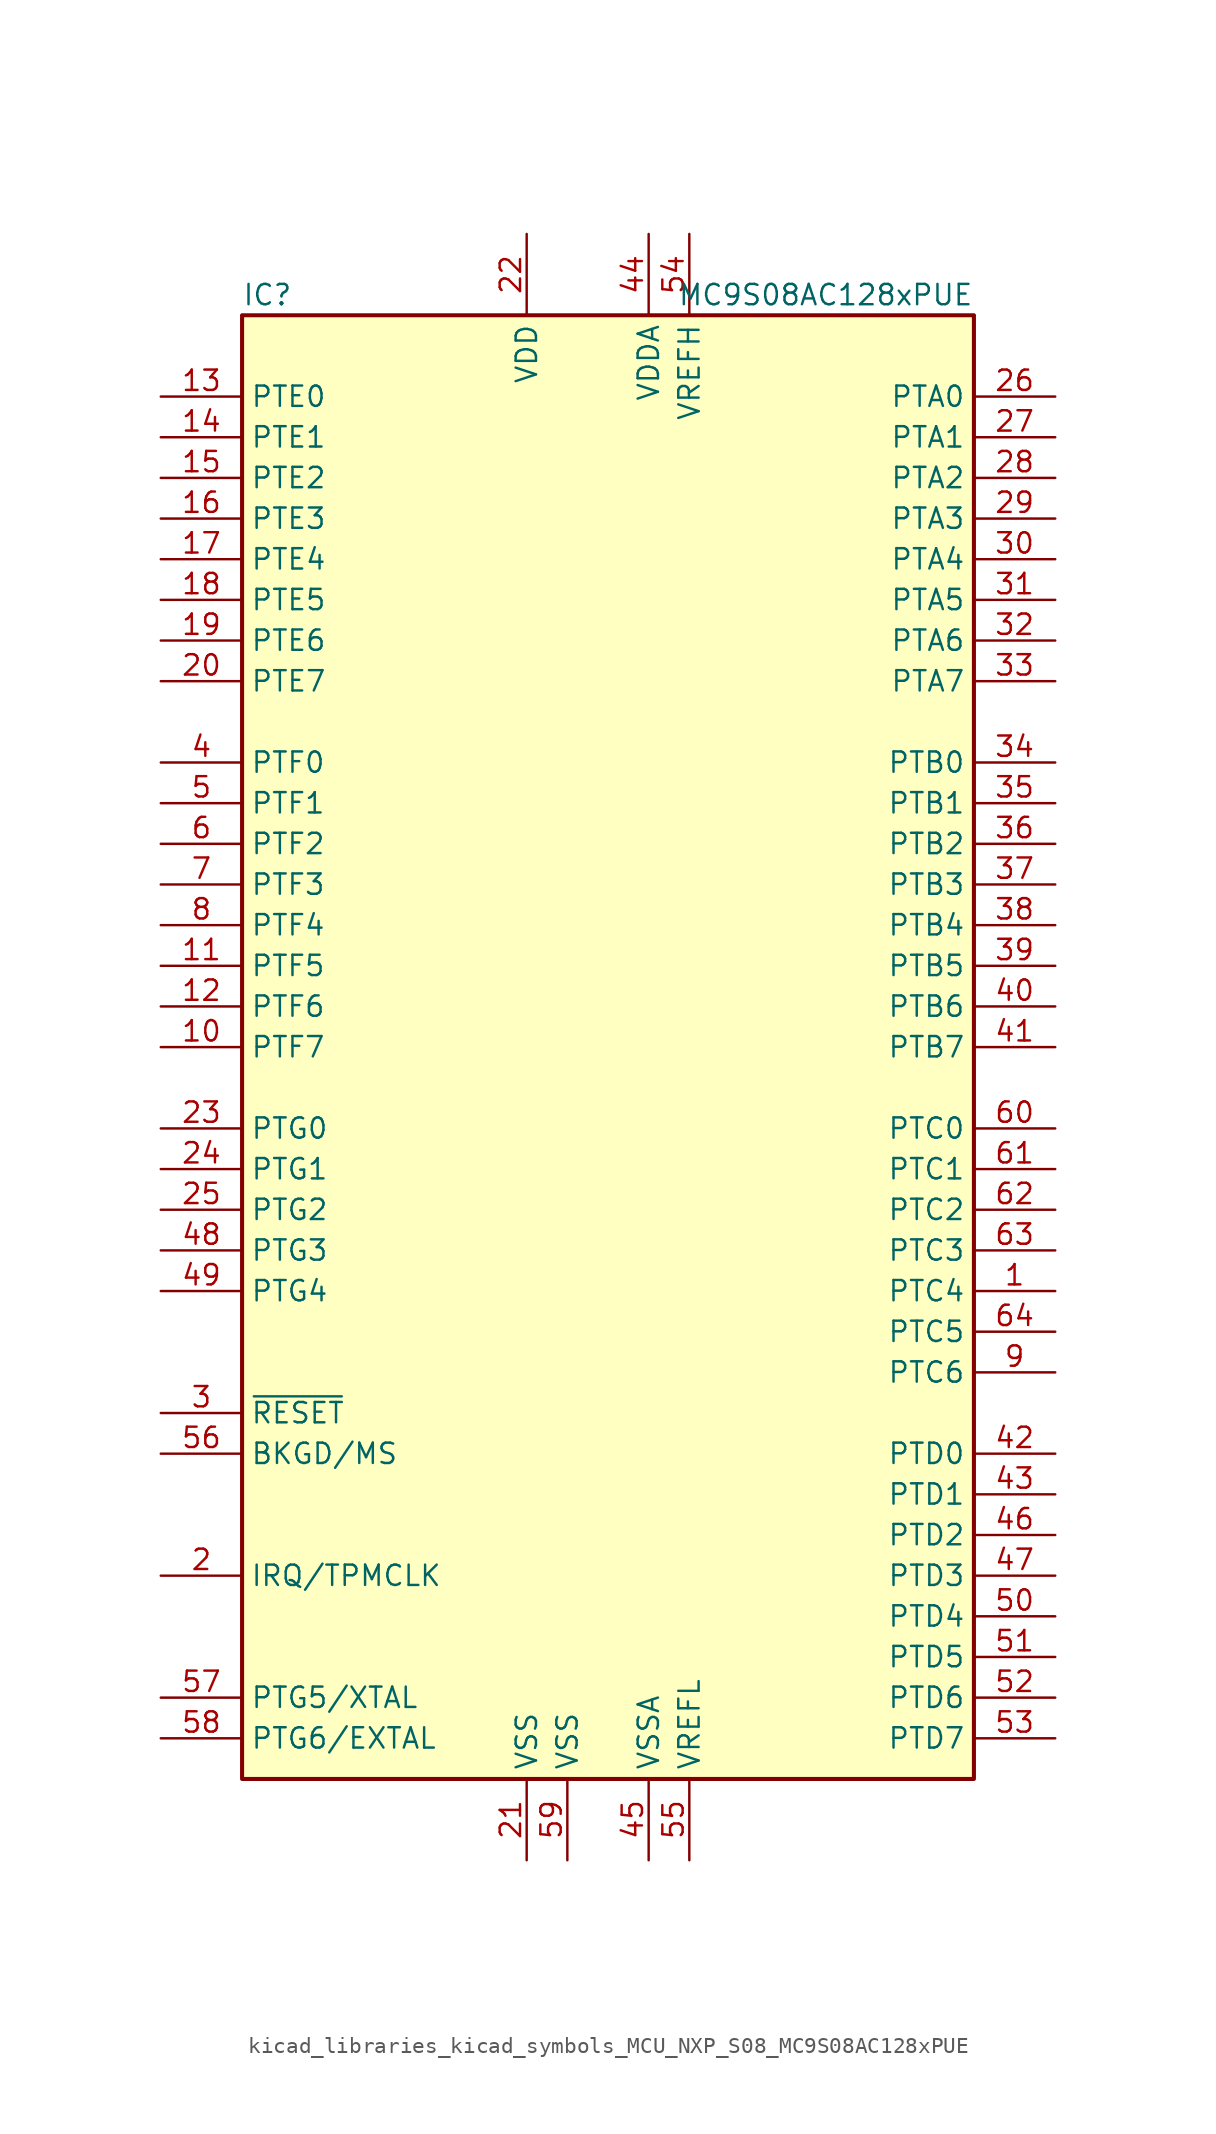
<source format=kicad_sym>
(kicad_symbol_lib
  (version 20220914)
  (generator kicad_symbol_editor)
  (symbol "kicad_libraries_kicad_symbols_MCU_NXP_S08_MC9S08AC128xPUE"
    (property "Reference" "IC"
      (at -22.86 46.99 0)
      (effects (font (size 1.27 1.27)) (justify left)))
    (property "Value" "MC9S08AC128xPUE"
      (at 22.86 46.99 0)
      (effects (font (size 1.27 1.27)) (justify right)))
    (symbol "kicad_libraries_kicad_symbols_MCU_NXP_S08_MC9S08AC128xPUE_0_1"
      (rectangle (start -22.86 45.72) (end 22.86 -45.72) (stroke (width 0.254) (type default)) (fill (type background))))
    (symbol "kicad_libraries_kicad_symbols_MCU_NXP_S08_MC9S08AC128xPUE_1_1"
      (pin bidirectional line (at 27.94 -15.24 180) (length 5.08) (name "PTC4" (effects (font (size 1.27 1.27)))) (number "1" (effects (font (size 1.27 1.27)))))
      (pin bidirectional line (at -27.94 0 0) (length 5.08) (name "PTF7" (effects (font (size 1.27 1.27)))) (number "10" (effects (font (size 1.27 1.27)))))
      (pin bidirectional line (at -27.94 5.08 0) (length 5.08) (name "PTF5" (effects (font (size 1.27 1.27)))) (number "11" (effects (font (size 1.27 1.27)))))
      (pin bidirectional line (at -27.94 2.54 0) (length 5.08) (name "PTF6" (effects (font (size 1.27 1.27)))) (number "12" (effects (font (size 1.27 1.27)))))
      (pin bidirectional line (at -27.94 40.64 0) (length 5.08) (name "PTE0" (effects (font (size 1.27 1.27)))) (number "13" (effects (font (size 1.27 1.27)))))
      (pin bidirectional line (at -27.94 38.1 0) (length 5.08) (name "PTE1" (effects (font (size 1.27 1.27)))) (number "14" (effects (font (size 1.27 1.27)))))
      (pin bidirectional line (at -27.94 35.56 0) (length 5.08) (name "PTE2" (effects (font (size 1.27 1.27)))) (number "15" (effects (font (size 1.27 1.27)))))
      (pin bidirectional line (at -27.94 33.02 0) (length 5.08) (name "PTE3" (effects (font (size 1.27 1.27)))) (number "16" (effects (font (size 1.27 1.27)))))
      (pin bidirectional line (at -27.94 30.48 0) (length 5.08) (name "PTE4" (effects (font (size 1.27 1.27)))) (number "17" (effects (font (size 1.27 1.27)))))
      (pin bidirectional line (at -27.94 27.94 0) (length 5.08) (name "PTE5" (effects (font (size 1.27 1.27)))) (number "18" (effects (font (size 1.27 1.27)))))
      (pin bidirectional line (at -27.94 25.4 0) (length 5.08) (name "PTE6" (effects (font (size 1.27 1.27)))) (number "19" (effects (font (size 1.27 1.27)))))
      (pin input line (at -27.94 -33.02 0) (length 5.08) (name "IRQ/TPMCLK" (effects (font (size 1.27 1.27)))) (number "2" (effects (font (size 1.27 1.27)))))
      (pin bidirectional line (at -27.94 22.86 0) (length 5.08) (name "PTE7" (effects (font (size 1.27 1.27)))) (number "20" (effects (font (size 1.27 1.27)))))
      (pin power_in line (at -5.08 -50.8 90) (length 5.08) (name "VSS" (effects (font (size 1.27 1.27)))) (number "21" (effects (font (size 1.27 1.27)))))
      (pin power_in line (at -5.08 50.8 270) (length 5.08) (name "VDD" (effects (font (size 1.27 1.27)))) (number "22" (effects (font (size 1.27 1.27)))))
      (pin bidirectional line (at -27.94 -5.08 0) (length 5.08) (name "PTG0" (effects (font (size 1.27 1.27)))) (number "23" (effects (font (size 1.27 1.27)))))
      (pin bidirectional line (at -27.94 -7.62 0) (length 5.08) (name "PTG1" (effects (font (size 1.27 1.27)))) (number "24" (effects (font (size 1.27 1.27)))))
      (pin bidirectional line (at -27.94 -10.16 0) (length 5.08) (name "PTG2" (effects (font (size 1.27 1.27)))) (number "25" (effects (font (size 1.27 1.27)))))
      (pin bidirectional line (at 27.94 40.64 180) (length 5.08) (name "PTA0" (effects (font (size 1.27 1.27)))) (number "26" (effects (font (size 1.27 1.27)))))
      (pin bidirectional line (at 27.94 38.1 180) (length 5.08) (name "PTA1" (effects (font (size 1.27 1.27)))) (number "27" (effects (font (size 1.27 1.27)))))
      (pin bidirectional line (at 27.94 35.56 180) (length 5.08) (name "PTA2" (effects (font (size 1.27 1.27)))) (number "28" (effects (font (size 1.27 1.27)))))
      (pin bidirectional line (at 27.94 33.02 180) (length 5.08) (name "PTA3" (effects (font (size 1.27 1.27)))) (number "29" (effects (font (size 1.27 1.27)))))
      (pin input line (at -27.94 -22.86 0) (length 5.08) (name "~{RESET}" (effects (font (size 1.27 1.27)))) (number "3" (effects (font (size 1.27 1.27)))))
      (pin bidirectional line (at 27.94 30.48 180) (length 5.08) (name "PTA4" (effects (font (size 1.27 1.27)))) (number "30" (effects (font (size 1.27 1.27)))))
      (pin bidirectional line (at 27.94 27.94 180) (length 5.08) (name "PTA5" (effects (font (size 1.27 1.27)))) (number "31" (effects (font (size 1.27 1.27)))))
      (pin bidirectional line (at 27.94 25.4 180) (length 5.08) (name "PTA6" (effects (font (size 1.27 1.27)))) (number "32" (effects (font (size 1.27 1.27)))))
      (pin bidirectional line (at 27.94 22.86 180) (length 5.08) (name "PTA7" (effects (font (size 1.27 1.27)))) (number "33" (effects (font (size 1.27 1.27)))))
      (pin bidirectional line (at 27.94 17.78 180) (length 5.08) (name "PTB0" (effects (font (size 1.27 1.27)))) (number "34" (effects (font (size 1.27 1.27)))))
      (pin bidirectional line (at 27.94 15.24 180) (length 5.08) (name "PTB1" (effects (font (size 1.27 1.27)))) (number "35" (effects (font (size 1.27 1.27)))))
      (pin bidirectional line (at 27.94 12.7 180) (length 5.08) (name "PTB2" (effects (font (size 1.27 1.27)))) (number "36" (effects (font (size 1.27 1.27)))))
      (pin bidirectional line (at 27.94 10.16 180) (length 5.08) (name "PTB3" (effects (font (size 1.27 1.27)))) (number "37" (effects (font (size 1.27 1.27)))))
      (pin bidirectional line (at 27.94 7.62 180) (length 5.08) (name "PTB4" (effects (font (size 1.27 1.27)))) (number "38" (effects (font (size 1.27 1.27)))))
      (pin bidirectional line (at 27.94 5.08 180) (length 5.08) (name "PTB5" (effects (font (size 1.27 1.27)))) (number "39" (effects (font (size 1.27 1.27)))))
      (pin bidirectional line (at -27.94 17.78 0) (length 5.08) (name "PTF0" (effects (font (size 1.27 1.27)))) (number "4" (effects (font (size 1.27 1.27)))))
      (pin bidirectional line (at 27.94 2.54 180) (length 5.08) (name "PTB6" (effects (font (size 1.27 1.27)))) (number "40" (effects (font (size 1.27 1.27)))))
      (pin bidirectional line (at 27.94 0 180) (length 5.08) (name "PTB7" (effects (font (size 1.27 1.27)))) (number "41" (effects (font (size 1.27 1.27)))))
      (pin bidirectional line (at 27.94 -25.4 180) (length 5.08) (name "PTD0" (effects (font (size 1.27 1.27)))) (number "42" (effects (font (size 1.27 1.27)))))
      (pin bidirectional line (at 27.94 -27.94 180) (length 5.08) (name "PTD1" (effects (font (size 1.27 1.27)))) (number "43" (effects (font (size 1.27 1.27)))))
      (pin power_in line (at 2.54 50.8 270) (length 5.08) (name "VDDA" (effects (font (size 1.27 1.27)))) (number "44" (effects (font (size 1.27 1.27)))))
      (pin power_in line (at 2.54 -50.8 90) (length 5.08) (name "VSSA" (effects (font (size 1.27 1.27)))) (number "45" (effects (font (size 1.27 1.27)))))
      (pin bidirectional line (at 27.94 -30.48 180) (length 5.08) (name "PTD2" (effects (font (size 1.27 1.27)))) (number "46" (effects (font (size 1.27 1.27)))))
      (pin bidirectional line (at 27.94 -33.02 180) (length 5.08) (name "PTD3" (effects (font (size 1.27 1.27)))) (number "47" (effects (font (size 1.27 1.27)))))
      (pin bidirectional line (at -27.94 -12.7 0) (length 5.08) (name "PTG3" (effects (font (size 1.27 1.27)))) (number "48" (effects (font (size 1.27 1.27)))))
      (pin bidirectional line (at -27.94 -15.24 0) (length 5.08) (name "PTG4" (effects (font (size 1.27 1.27)))) (number "49" (effects (font (size 1.27 1.27)))))
      (pin bidirectional line (at -27.94 15.24 0) (length 5.08) (name "PTF1" (effects (font (size 1.27 1.27)))) (number "5" (effects (font (size 1.27 1.27)))))
      (pin bidirectional line (at 27.94 -35.56 180) (length 5.08) (name "PTD4" (effects (font (size 1.27 1.27)))) (number "50" (effects (font (size 1.27 1.27)))))
      (pin bidirectional line (at 27.94 -38.1 180) (length 5.08) (name "PTD5" (effects (font (size 1.27 1.27)))) (number "51" (effects (font (size 1.27 1.27)))))
      (pin bidirectional line (at 27.94 -40.64 180) (length 5.08) (name "PTD6" (effects (font (size 1.27 1.27)))) (number "52" (effects (font (size 1.27 1.27)))))
      (pin bidirectional line (at 27.94 -43.18 180) (length 5.08) (name "PTD7" (effects (font (size 1.27 1.27)))) (number "53" (effects (font (size 1.27 1.27)))))
      (pin power_in line (at 5.08 50.8 270) (length 5.08) (name "VREFH" (effects (font (size 1.27 1.27)))) (number "54" (effects (font (size 1.27 1.27)))))
      (pin power_in line (at 5.08 -50.8 90) (length 5.08) (name "VREFL" (effects (font (size 1.27 1.27)))) (number "55" (effects (font (size 1.27 1.27)))))
      (pin bidirectional line (at -27.94 -25.4 0) (length 5.08) (name "BKGD/MS" (effects (font (size 1.27 1.27)))) (number "56" (effects (font (size 1.27 1.27)))))
      (pin bidirectional line (at -27.94 -40.64 0) (length 5.08) (name "PTG5/XTAL" (effects (font (size 1.27 1.27)))) (number "57" (effects (font (size 1.27 1.27)))))
      (pin bidirectional line (at -27.94 -43.18 0) (length 5.08) (name "PTG6/EXTAL" (effects (font (size 1.27 1.27)))) (number "58" (effects (font (size 1.27 1.27)))))
      (pin power_in line (at -2.54 -50.8 90) (length 5.08) (name "VSS" (effects (font (size 1.27 1.27)))) (number "59" (effects (font (size 1.27 1.27)))))
      (pin bidirectional line (at -27.94 12.7 0) (length 5.08) (name "PTF2" (effects (font (size 1.27 1.27)))) (number "6" (effects (font (size 1.27 1.27)))))
      (pin bidirectional line (at 27.94 -5.08 180) (length 5.08) (name "PTC0" (effects (font (size 1.27 1.27)))) (number "60" (effects (font (size 1.27 1.27)))))
      (pin bidirectional line (at 27.94 -7.62 180) (length 5.08) (name "PTC1" (effects (font (size 1.27 1.27)))) (number "61" (effects (font (size 1.27 1.27)))))
      (pin bidirectional line (at 27.94 -10.16 180) (length 5.08) (name "PTC2" (effects (font (size 1.27 1.27)))) (number "62" (effects (font (size 1.27 1.27)))))
      (pin bidirectional line (at 27.94 -12.7 180) (length 5.08) (name "PTC3" (effects (font (size 1.27 1.27)))) (number "63" (effects (font (size 1.27 1.27)))))
      (pin bidirectional line (at 27.94 -17.78 180) (length 5.08) (name "PTC5" (effects (font (size 1.27 1.27)))) (number "64" (effects (font (size 1.27 1.27)))))
      (pin bidirectional line (at -27.94 10.16 0) (length 5.08) (name "PTF3" (effects (font (size 1.27 1.27)))) (number "7" (effects (font (size 1.27 1.27)))))
      (pin bidirectional line (at -27.94 7.62 0) (length 5.08) (name "PTF4" (effects (font (size 1.27 1.27)))) (number "8" (effects (font (size 1.27 1.27)))))
      (pin bidirectional line (at 27.94 -20.32 180) (length 5.08) (name "PTC6" (effects (font (size 1.27 1.27)))) (number "9" (effects (font (size 1.27 1.27))))))))
</source>
